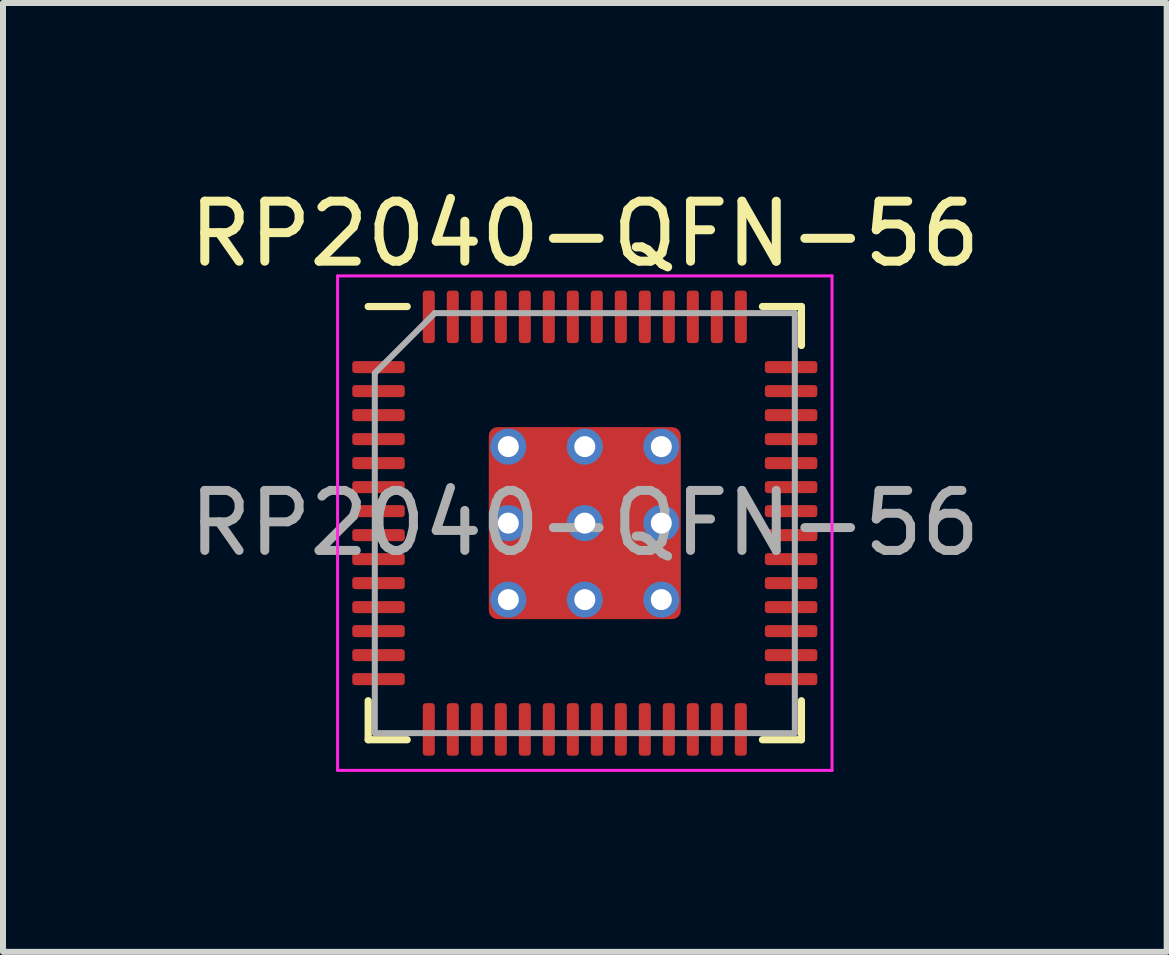
<source format=kicad_pcb>
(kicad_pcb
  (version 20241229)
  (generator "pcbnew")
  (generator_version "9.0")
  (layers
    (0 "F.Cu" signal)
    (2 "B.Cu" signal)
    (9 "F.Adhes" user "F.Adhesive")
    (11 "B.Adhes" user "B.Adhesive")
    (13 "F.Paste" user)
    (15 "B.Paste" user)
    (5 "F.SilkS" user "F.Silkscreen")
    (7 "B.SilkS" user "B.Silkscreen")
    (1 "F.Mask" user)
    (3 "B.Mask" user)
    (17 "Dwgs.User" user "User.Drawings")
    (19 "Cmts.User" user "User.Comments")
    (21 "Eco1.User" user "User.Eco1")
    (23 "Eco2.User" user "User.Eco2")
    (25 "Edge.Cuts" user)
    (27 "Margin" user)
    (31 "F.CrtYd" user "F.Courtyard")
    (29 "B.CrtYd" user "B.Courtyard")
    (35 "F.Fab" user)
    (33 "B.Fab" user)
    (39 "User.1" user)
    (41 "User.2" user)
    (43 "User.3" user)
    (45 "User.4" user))
  (footprint "RP2040-QFN-56"
    (layer "F.Cu")
    (at 6.696 5.668)
    (property "Reference" "RP2040-QFN-56" (at 0 -4.82 0) (layer "F.SilkS") (effects (font (size 1 1) (thickness 0.15))))
    (attr smd)
    (fp_line (start -3.61 3.61) (end -3.61 2.96) (stroke (width 0.12) (type solid)) (layer "F.SilkS"))
    (fp_line (start -2.96 -3.61) (end -3.61 -3.61) (stroke (width 0.12) (type solid)) (layer "F.SilkS"))
    (fp_line (start -2.96 3.61) (end -3.61 3.61) (stroke (width 0.12) (type solid)) (layer "F.SilkS"))
    (fp_line (start 2.96 -3.61) (end 3.61 -3.61) (stroke (width 0.12) (type solid)) (layer "F.SilkS"))
    (fp_line (start 2.96 3.61) (end 3.61 3.61) (stroke (width 0.12) (type solid)) (layer "F.SilkS"))
    (fp_line (start 3.61 -3.61) (end 3.61 -2.96) (stroke (width 0.12) (type solid)) (layer "F.SilkS"))
    (fp_line (start 3.61 3.61) (end 3.61 2.96) (stroke (width 0.12) (type solid)) (layer "F.SilkS"))
    (fp_line (start -4.12 -4.12) (end -4.12 4.12) (stroke (width 0.05) (type solid)) (layer "F.CrtYd"))
    (fp_line (start -4.12 4.12) (end 4.12 4.12) (stroke (width 0.05) (type solid)) (layer "F.CrtYd"))
    (fp_line (start 4.12 -4.12) (end -4.12 -4.12) (stroke (width 0.05) (type solid)) (layer "F.CrtYd"))
    (fp_line (start 4.12 4.12) (end 4.12 -4.12) (stroke (width 0.05) (type solid)) (layer "F.CrtYd"))
    (fp_line (start -3.5 -2.5) (end -2.5 -3.5) (stroke (width 0.1) (type solid)) (layer "F.Fab"))
    (fp_line (start -3.5 3.5) (end -3.5 -2.5) (stroke (width 0.1) (type solid)) (layer "F.Fab"))
    (fp_line (start -2.5 -3.5) (end 3.5 -3.5) (stroke (width 0.1) (type solid)) (layer "F.Fab"))
    (fp_line (start 3.5 -3.5) (end 3.5 3.5) (stroke (width 0.1) (type solid)) (layer "F.Fab"))
    (fp_line (start 3.5 3.5) (end -3.5 3.5) (stroke (width 0.1) (type solid)) (layer "F.Fab"))
    (fp_text user "${REFERENCE}" (at 0 0 0) (layer "F.Fab") (effects (font (size 1 1) (thickness 0.15))))
    (pad "" smd roundrect (at -0.637 -0.637) (size 1.084 1.084) (layers "F.Paste") (roundrect_rratio 0.231))
    (pad "" smd roundrect (at -0.637 0.637) (size 1.084 1.084) (layers "F.Paste") (roundrect_rratio 0.231))
    (pad "" smd roundrect (at 0.637 -0.637) (size 1.084 1.084) (layers "F.Paste") (roundrect_rratio 0.231))
    (pad "" smd roundrect (at 0.637 0.637) (size 1.084 1.084) (layers "F.Paste") (roundrect_rratio 0.231))
    (pad "1" smd roundrect (at -3.438 -2.6) (size 0.875 0.2) (layers "F.Cu" "F.Mask" "F.Paste") (roundrect_rratio 0.25))
    (pad "2" smd roundrect (at -3.438 -2.2) (size 0.875 0.2) (layers "F.Cu" "F.Mask" "F.Paste") (roundrect_rratio 0.25))
    (pad "3" smd roundrect (at -3.438 -1.8) (size 0.875 0.2) (layers "F.Cu" "F.Mask" "F.Paste") (roundrect_rratio 0.25))
    (pad "4" smd roundrect (at -3.438 -1.4) (size 0.875 0.2) (layers "F.Cu" "F.Mask" "F.Paste") (roundrect_rratio 0.25))
    (pad "5" smd roundrect (at -3.438 -1) (size 0.875 0.2) (layers "F.Cu" "F.Mask" "F.Paste") (roundrect_rratio 0.25))
    (pad "6" smd roundrect (at -3.438 -0.6) (size 0.875 0.2) (layers "F.Cu" "F.Mask" "F.Paste") (roundrect_rratio 0.25))
    (pad "7" smd roundrect (at -3.438 -0.2) (size 0.875 0.2) (layers "F.Cu" "F.Mask" "F.Paste") (roundrect_rratio 0.25))
    (pad "8" smd roundrect (at -3.438 0.2) (size 0.875 0.2) (layers "F.Cu" "F.Mask" "F.Paste") (roundrect_rratio 0.25))
    (pad "9" smd roundrect (at -3.438 0.6) (size 0.875 0.2) (layers "F.Cu" "F.Mask" "F.Paste") (roundrect_rratio 0.25))
    (pad "10" smd roundrect (at -3.438 1) (size 0.875 0.2) (layers "F.Cu" "F.Mask" "F.Paste") (roundrect_rratio 0.25))
    (pad "11" smd roundrect (at -3.438 1.4) (size 0.875 0.2) (layers "F.Cu" "F.Mask" "F.Paste") (roundrect_rratio 0.25))
    (pad "12" smd roundrect (at -3.438 1.8) (size 0.875 0.2) (layers "F.Cu" "F.Mask" "F.Paste") (roundrect_rratio 0.25))
    (pad "13" smd roundrect (at -3.438 2.2) (size 0.875 0.2) (layers "F.Cu" "F.Mask" "F.Paste") (roundrect_rratio 0.25))
    (pad "14" smd roundrect (at -3.438 2.6) (size 0.875 0.2) (layers "F.Cu" "F.Mask" "F.Paste") (roundrect_rratio 0.25))
    (pad "15" smd roundrect (at -2.6 3.438) (size 0.2 0.875) (layers "F.Cu" "F.Mask" "F.Paste") (roundrect_rratio 0.25))
    (pad "16" smd roundrect (at -2.2 3.438) (size 0.2 0.875) (layers "F.Cu" "F.Mask" "F.Paste") (roundrect_rratio 0.25))
    (pad "17" smd roundrect (at -1.8 3.438) (size 0.2 0.875) (layers "F.Cu" "F.Mask" "F.Paste") (roundrect_rratio 0.25))
    (pad "18" smd roundrect (at -1.4 3.438) (size 0.2 0.875) (layers "F.Cu" "F.Mask" "F.Paste") (roundrect_rratio 0.25))
    (pad "19" smd roundrect (at -1 3.438) (size 0.2 0.875) (layers "F.Cu" "F.Mask" "F.Paste") (roundrect_rratio 0.25))
    (pad "20" smd roundrect (at -0.6 3.438) (size 0.2 0.875) (layers "F.Cu" "F.Mask" "F.Paste") (roundrect_rratio 0.25))
    (pad "21" smd roundrect (at -0.2 3.438) (size 0.2 0.875) (layers "F.Cu" "F.Mask" "F.Paste") (roundrect_rratio 0.25))
    (pad "22" smd roundrect (at 0.2 3.438) (size 0.2 0.875) (layers "F.Cu" "F.Mask" "F.Paste") (roundrect_rratio 0.25))
    (pad "23" smd roundrect (at 0.6 3.438) (size 0.2 0.875) (layers "F.Cu" "F.Mask" "F.Paste") (roundrect_rratio 0.25))
    (pad "24" smd roundrect (at 1 3.438) (size 0.2 0.875) (layers "F.Cu" "F.Mask" "F.Paste") (roundrect_rratio 0.25))
    (pad "25" smd roundrect (at 1.4 3.438) (size 0.2 0.875) (layers "F.Cu" "F.Mask" "F.Paste") (roundrect_rratio 0.25))
    (pad "26" smd roundrect (at 1.8 3.438) (size 0.2 0.875) (layers "F.Cu" "F.Mask" "F.Paste") (roundrect_rratio 0.25))
    (pad "27" smd roundrect (at 2.2 3.438) (size 0.2 0.875) (layers "F.Cu" "F.Mask" "F.Paste") (roundrect_rratio 0.25))
    (pad "28" smd roundrect (at 2.6 3.438) (size 0.2 0.875) (layers "F.Cu" "F.Mask" "F.Paste") (roundrect_rratio 0.25))
    (pad "29" smd roundrect (at 3.438 2.6) (size 0.875 0.2) (layers "F.Cu" "F.Mask" "F.Paste") (roundrect_rratio 0.25))
    (pad "30" smd roundrect (at 3.438 2.2) (size 0.875 0.2) (layers "F.Cu" "F.Mask" "F.Paste") (roundrect_rratio 0.25))
    (pad "31" smd roundrect (at 3.438 1.8) (size 0.875 0.2) (layers "F.Cu" "F.Mask" "F.Paste") (roundrect_rratio 0.25))
    (pad "32" smd roundrect (at 3.438 1.4) (size 0.875 0.2) (layers "F.Cu" "F.Mask" "F.Paste") (roundrect_rratio 0.25))
    (pad "33" smd roundrect (at 3.438 1) (size 0.875 0.2) (layers "F.Cu" "F.Mask" "F.Paste") (roundrect_rratio 0.25))
    (pad "34" smd roundrect (at 3.438 0.6) (size 0.875 0.2) (layers "F.Cu" "F.Mask" "F.Paste") (roundrect_rratio 0.25))
    (pad "35" smd roundrect (at 3.438 0.2) (size 0.875 0.2) (layers "F.Cu" "F.Mask" "F.Paste") (roundrect_rratio 0.25))
    (pad "36" smd roundrect (at 3.438 -0.2) (size 0.875 0.2) (layers "F.Cu" "F.Mask" "F.Paste") (roundrect_rratio 0.25))
    (pad "37" smd roundrect (at 3.438 -0.6) (size 0.875 0.2) (layers "F.Cu" "F.Mask" "F.Paste") (roundrect_rratio 0.25))
    (pad "38" smd roundrect (at 3.438 -1) (size 0.875 0.2) (layers "F.Cu" "F.Mask" "F.Paste") (roundrect_rratio 0.25))
    (pad "39" smd roundrect (at 3.438 -1.4) (size 0.875 0.2) (layers "F.Cu" "F.Mask" "F.Paste") (roundrect_rratio 0.25))
    (pad "40" smd roundrect (at 3.438 -1.8) (size 0.875 0.2) (layers "F.Cu" "F.Mask" "F.Paste") (roundrect_rratio 0.25))
    (pad "41" smd roundrect (at 3.438 -2.2) (size 0.875 0.2) (layers "F.Cu" "F.Mask" "F.Paste") (roundrect_rratio 0.25))
    (pad "42" smd roundrect (at 3.438 -2.6) (size 0.875 0.2) (layers "F.Cu" "F.Mask" "F.Paste") (roundrect_rratio 0.25))
    (pad "43" smd roundrect (at 2.6 -3.438) (size 0.2 0.875) (layers "F.Cu" "F.Mask" "F.Paste") (roundrect_rratio 0.25))
    (pad "44" smd roundrect (at 2.2 -3.438) (size 0.2 0.875) (layers "F.Cu" "F.Mask" "F.Paste") (roundrect_rratio 0.25))
    (pad "45" smd roundrect (at 1.8 -3.438) (size 0.2 0.875) (layers "F.Cu" "F.Mask" "F.Paste") (roundrect_rratio 0.25))
    (pad "46" smd roundrect (at 1.4 -3.438) (size 0.2 0.875) (layers "F.Cu" "F.Mask" "F.Paste") (roundrect_rratio 0.25))
    (pad "47" smd roundrect (at 1 -3.438) (size 0.2 0.875) (layers "F.Cu" "F.Mask" "F.Paste") (roundrect_rratio 0.25))
    (pad "48" smd roundrect (at 0.6 -3.438) (size 0.2 0.875) (layers "F.Cu" "F.Mask" "F.Paste") (roundrect_rratio 0.25))
    (pad "49" smd roundrect (at 0.2 -3.438) (size 0.2 0.875) (layers "F.Cu" "F.Mask" "F.Paste") (roundrect_rratio 0.25))
    (pad "50" smd roundrect (at -0.2 -3.438) (size 0.2 0.875) (layers "F.Cu" "F.Mask" "F.Paste") (roundrect_rratio 0.25))
    (pad "51" smd roundrect (at -0.6 -3.438) (size 0.2 0.875) (layers "F.Cu" "F.Mask" "F.Paste") (roundrect_rratio 0.25))
    (pad "52" smd roundrect (at -1 -3.438) (size 0.2 0.875) (layers "F.Cu" "F.Mask" "F.Paste") (roundrect_rratio 0.25))
    (pad "53" smd roundrect (at -1.4 -3.438) (size 0.2 0.875) (layers "F.Cu" "F.Mask" "F.Paste") (roundrect_rratio 0.25))
    (pad "54" smd roundrect (at -1.8 -3.438) (size 0.2 0.875) (layers "F.Cu" "F.Mask" "F.Paste") (roundrect_rratio 0.25))
    (pad "55" smd roundrect (at -2.2 -3.438) (size 0.2 0.875) (layers "F.Cu" "F.Mask" "F.Paste") (roundrect_rratio 0.25))
    (pad "56" smd roundrect (at -2.6 -3.438) (size 0.2 0.875) (layers "F.Cu" "F.Mask" "F.Paste") (roundrect_rratio 0.25))
    (pad "57" thru_hole circle (at -1.275 -1.275) (size 0.6 0.6) (drill 0.35) (layers "*.Cu"))
    (pad "57" thru_hole circle (at -1.275 0) (size 0.6 0.6) (drill 0.35) (layers "*.Cu"))
    (pad "57" thru_hole circle (at -1.275 1.275) (size 0.6 0.6) (drill 0.35) (layers "*.Cu"))
    (pad "57" thru_hole circle (at 0 -1.275) (size 0.6 0.6) (drill 0.35) (layers "*.Cu"))
    (pad "57" thru_hole circle (at 0 0) (size 0.6 0.6) (drill 0.35) (layers "*.Cu"))
    (pad "57" smd roundrect (at 0 0) (size 3.2 3.2) (layers "F.Cu" "F.Mask") (roundrect_rratio 0.045))
    (pad "57" thru_hole circle (at 0 1.275) (size 0.6 0.6) (drill 0.35) (layers "*.Cu"))
    (pad "57" thru_hole circle (at 1.275 -1.275) (size 0.6 0.6) (drill 0.35) (layers "*.Cu"))
    (pad "57" thru_hole circle (at 1.275 0) (size 0.6 0.6) (drill 0.35) (layers "*.Cu"))
    (pad "57" thru_hole circle (at 1.275 1.275) (size 0.6 0.6) (drill 0.35) (layers "*.Cu")))
  (gr_rect
    (start -3 -3)
    (end 16.393 12.813)
    (stroke (width 0.1) (type default))
    (fill no)
    (layer "Edge.Cuts")))
</source>
